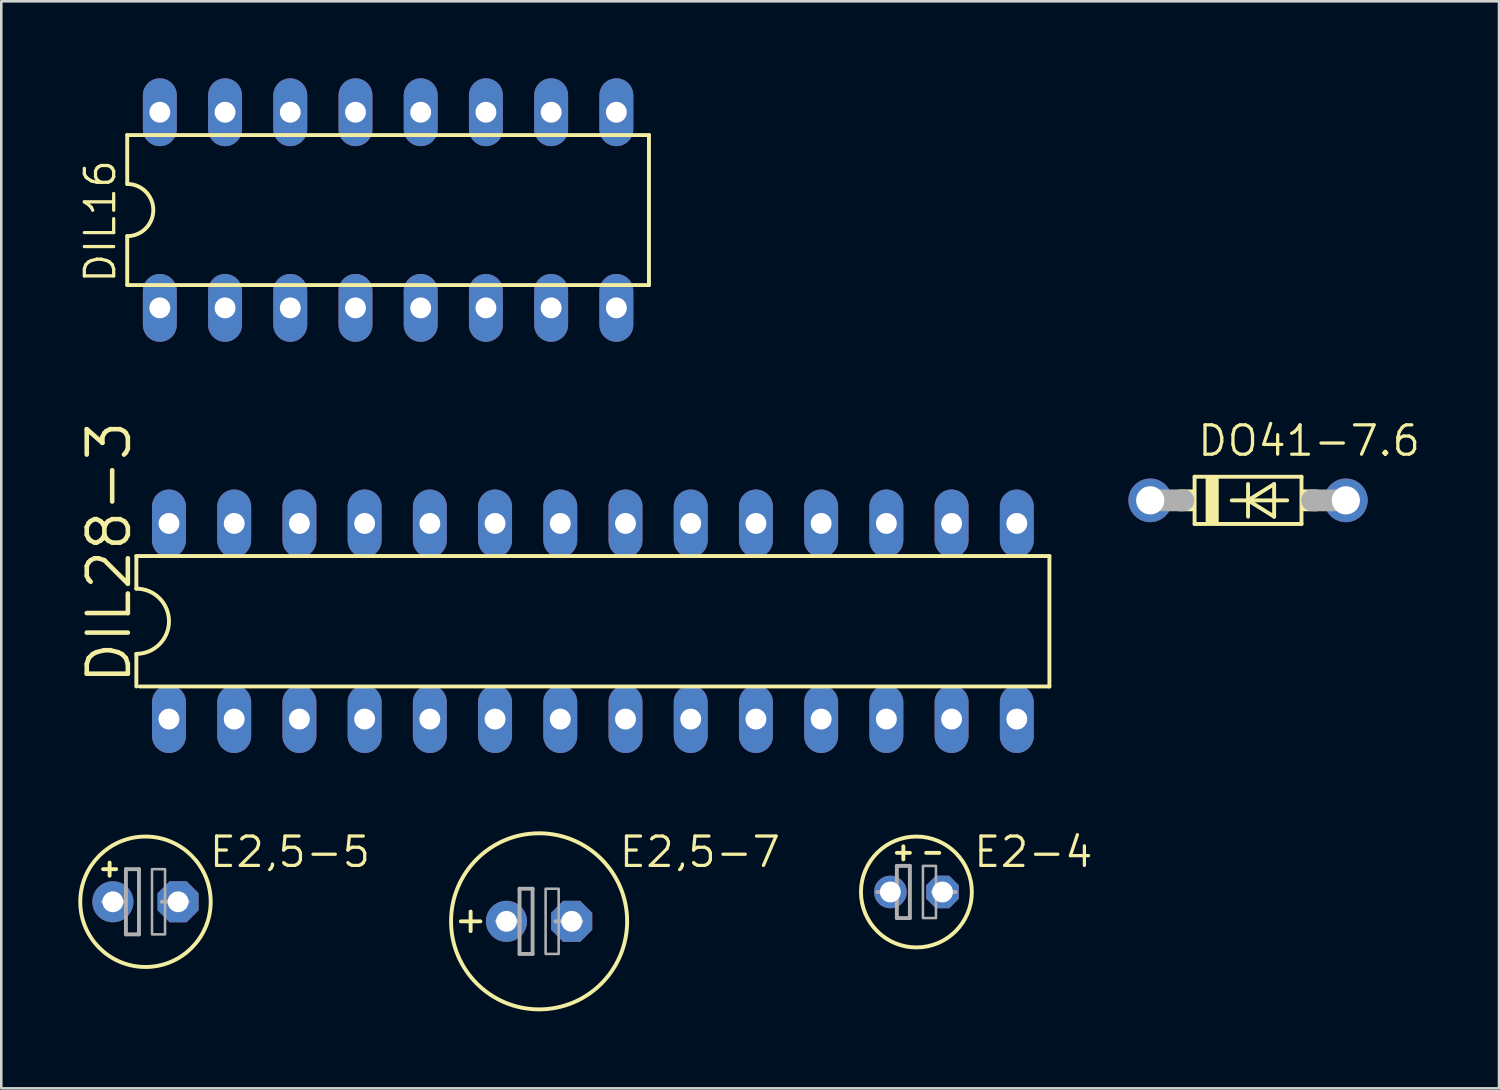
<source format=kicad_pcb>
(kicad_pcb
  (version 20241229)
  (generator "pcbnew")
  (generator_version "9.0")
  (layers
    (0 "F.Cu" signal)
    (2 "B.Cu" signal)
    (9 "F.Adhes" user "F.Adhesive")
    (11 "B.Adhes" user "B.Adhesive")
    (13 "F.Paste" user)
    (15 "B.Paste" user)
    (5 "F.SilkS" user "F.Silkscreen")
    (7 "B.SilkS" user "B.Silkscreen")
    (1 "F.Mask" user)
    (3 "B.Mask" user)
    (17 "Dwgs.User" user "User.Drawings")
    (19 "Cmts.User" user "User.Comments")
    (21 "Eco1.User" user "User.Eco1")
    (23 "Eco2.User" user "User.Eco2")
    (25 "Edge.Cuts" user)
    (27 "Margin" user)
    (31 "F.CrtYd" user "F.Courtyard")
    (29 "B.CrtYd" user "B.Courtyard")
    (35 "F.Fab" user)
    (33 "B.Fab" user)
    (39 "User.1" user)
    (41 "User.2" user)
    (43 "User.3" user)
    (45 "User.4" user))
  (footprint "DIL28-3"
    (layer "F.Cu")
    (at 20.041 21.146)
    (property "Reference" "DIL28-3" (at -17.907 2.54 90) (layer "F.SilkS") (effects (font (size 1.6 1.6) (thickness 0.178)) (justify left bottom)))
    (fp_line (start -17.78 -2.54) (end -17.78 -1.27) (stroke (width 0.152) (type solid)) (layer "F.SilkS"))
    (fp_line (start -17.78 -2.54) (end 17.78 -2.54) (stroke (width 0.152) (type solid)) (layer "F.SilkS"))
    (fp_line (start -17.78 1.27) (end -17.78 2.54) (stroke (width 0.152) (type solid)) (layer "F.SilkS"))
    (fp_line (start -17.653 2.54) (end 17.78 2.54) (stroke (width 0.152) (type solid)) (layer "F.SilkS"))
    (fp_line (start 17.78 2.54) (end 17.78 -2.54) (stroke (width 0.152) (type solid)) (layer "F.SilkS"))
    (fp_arc (start -17.78 -1.27) (mid -16.51 0) (end -17.78 1.27) (stroke (width 0.1524) (type solid)) (layer "F.SilkS"))
    (pad "1" thru_hole oval (at -16.51 3.81 90) (size 2.642 1.321) (drill 0.813) (layers "*.Cu" "*.Mask"))
    (pad "2" thru_hole oval (at -13.97 3.81 90) (size 2.642 1.321) (drill 0.813) (layers "*.Cu" "*.Mask"))
    (pad "3" thru_hole oval (at -11.43 3.81 90) (size 2.642 1.321) (drill 0.813) (layers "*.Cu" "*.Mask"))
    (pad "4" thru_hole oval (at -8.89 3.81 90) (size 2.642 1.321) (drill 0.813) (layers "*.Cu" "*.Mask"))
    (pad "5" thru_hole oval (at -6.35 3.81 90) (size 2.642 1.321) (drill 0.813) (layers "*.Cu" "*.Mask"))
    (pad "6" thru_hole oval (at -3.81 3.81 90) (size 2.642 1.321) (drill 0.813) (layers "*.Cu" "*.Mask"))
    (pad "7" thru_hole oval (at -1.27 3.81 90) (size 2.642 1.321) (drill 0.813) (layers "*.Cu" "*.Mask"))
    (pad "8" thru_hole oval (at 1.27 3.81 90) (size 2.642 1.321) (drill 0.813) (layers "*.Cu" "*.Mask"))
    (pad "9" thru_hole oval (at 3.81 3.81 90) (size 2.642 1.321) (drill 0.813) (layers "*.Cu" "*.Mask"))
    (pad "10" thru_hole oval (at 6.35 3.81 90) (size 2.642 1.321) (drill 0.813) (layers "*.Cu" "*.Mask"))
    (pad "11" thru_hole oval (at 8.89 3.81 90) (size 2.642 1.321) (drill 0.813) (layers "*.Cu" "*.Mask"))
    (pad "12" thru_hole oval (at 11.43 3.81 90) (size 2.642 1.321) (drill 0.813) (layers "*.Cu" "*.Mask"))
    (pad "13" thru_hole oval (at 13.97 3.81 90) (size 2.642 1.321) (drill 0.813) (layers "*.Cu" "*.Mask"))
    (pad "14" thru_hole oval (at 16.51 3.81 90) (size 2.642 1.321) (drill 0.813) (layers "*.Cu" "*.Mask"))
    (pad "15" thru_hole oval (at 16.51 -3.81 90) (size 2.642 1.321) (drill 0.813) (layers "*.Cu" "*.Mask"))
    (pad "16" thru_hole oval (at 13.97 -3.81 90) (size 2.642 1.321) (drill 0.813) (layers "*.Cu" "*.Mask"))
    (pad "17" thru_hole oval (at 11.43 -3.81 90) (size 2.642 1.321) (drill 0.813) (layers "*.Cu" "*.Mask"))
    (pad "18" thru_hole oval (at 8.89 -3.81 90) (size 2.642 1.321) (drill 0.813) (layers "*.Cu" "*.Mask"))
    (pad "19" thru_hole oval (at 6.35 -3.81 90) (size 2.642 1.321) (drill 0.813) (layers "*.Cu" "*.Mask"))
    (pad "20" thru_hole oval (at 3.81 -3.81 90) (size 2.642 1.321) (drill 0.813) (layers "*.Cu" "*.Mask"))
    (pad "21" thru_hole oval (at 1.27 -3.81 90) (size 2.642 1.321) (drill 0.813) (layers "*.Cu" "*.Mask"))
    (pad "22" thru_hole oval (at -1.27 -3.81 90) (size 2.642 1.321) (drill 0.813) (layers "*.Cu" "*.Mask"))
    (pad "23" thru_hole oval (at -3.81 -3.81 90) (size 2.642 1.321) (drill 0.813) (layers "*.Cu" "*.Mask"))
    (pad "24" thru_hole oval (at -6.35 -3.81 90) (size 2.642 1.321) (drill 0.813) (layers "*.Cu" "*.Mask"))
    (pad "25" thru_hole oval (at -8.89 -3.81 90) (size 2.642 1.321) (drill 0.813) (layers "*.Cu" "*.Mask"))
    (pad "26" thru_hole oval (at -11.43 -3.81 90) (size 2.642 1.321) (drill 0.813) (layers "*.Cu" "*.Mask"))
    (pad "27" thru_hole oval (at -13.97 -3.81 90) (size 2.642 1.321) (drill 0.813) (layers "*.Cu" "*.Mask"))
    (pad "28" thru_hole oval (at -16.51 -3.81 90) (size 2.642 1.321) (drill 0.813) (layers "*.Cu" "*.Mask")))
  (footprint "E2,5-7"
    (layer "F.Cu")
    (at 17.946 32.833)
    (property "Reference" "E2,5-7" (at 3.048 -2.032 0) (layer "F.SilkS") (effects (font (size 1.143 1.143) (thickness 0.127)) (justify left bottom)))
    (fp_line (start -3.048 0) (end -2.286 0) (stroke (width 0.152) (type solid)) (layer "F.SilkS"))
    (fp_line (start -2.667 0.381) (end -2.667 -0.381) (stroke (width 0.152) (type solid)) (layer "F.SilkS"))
    (fp_circle (center 0 0) (end 3.429 0) (stroke (width 0.152) (type solid)) (fill no) (layer "F.SilkS"))
    (fp_line (start -1.651 0) (end -0.762 0) (stroke (width 0.152) (type solid)) (layer "F.Fab"))
    (fp_line (start -0.762 -1.27) (end -0.762 0) (stroke (width 0.152) (type solid)) (layer "F.Fab"))
    (fp_line (start -0.762 0) (end -0.762 1.27) (stroke (width 0.152) (type solid)) (layer "F.Fab"))
    (fp_line (start -0.762 1.27) (end -0.254 1.27) (stroke (width 0.152) (type solid)) (layer "F.Fab"))
    (fp_line (start -0.254 -1.27) (end -0.762 -1.27) (stroke (width 0.152) (type solid)) (layer "F.Fab"))
    (fp_line (start -0.254 1.27) (end -0.254 -1.27) (stroke (width 0.152) (type solid)) (layer "F.Fab"))
    (fp_line (start 0.635 0) (end 1.651 0) (stroke (width 0.152) (type solid)) (layer "F.Fab"))
    (fp_poly (pts (xy 0.254 1.27) (xy 0.762 1.27) (xy 0.762 -1.27) (xy 0.254 -1.27)) (stroke (width 0.1) (type solid)) (fill no) (layer "F.Fab"))
    (pad "+" thru_hole circle (at -1.27 0) (size 1.6 1.6) (drill 0.813) (layers "*.Cu" "*.Mask"))
    (pad "-" thru_hole roundrect (at 1.27 0) (size 1.6 1.6) (drill 0.813) (layers "*.Cu" "*.Mask") (roundrect_rratio 0.25) (chamfer_ratio 0.293) (chamfer top_left top_right bottom_left bottom_right)))
  (footprint "E2-4"
    (layer "F.Cu")
    (at 32.641 31.69)
    (property "Reference" "E2-4" (at 2.159 -0.889 0) (layer "F.SilkS") (effects (font (size 1.143 1.143) (thickness 0.127)) (justify left bottom)))
    (fp_line (start -0.762 -1.524) (end -0.254 -1.524) (stroke (width 0.152) (type solid)) (layer "F.SilkS"))
    (fp_line (start -0.508 -1.27) (end -0.508 -1.778) (stroke (width 0.152) (type solid)) (layer "F.SilkS"))
    (fp_line (start 0.381 -1.524) (end 0.889 -1.524) (stroke (width 0.152) (type solid)) (layer "F.SilkS"))
    (fp_circle (center 0 0) (end 2.159 0) (stroke (width 0.152) (type solid)) (fill no) (layer "F.SilkS"))
    (fp_line (start -1.524 0) (end -0.762 0) (stroke (width 0.152) (type solid)) (layer "F.Fab"))
    (fp_line (start -0.762 -1.016) (end -0.762 0) (stroke (width 0.152) (type solid)) (layer "F.Fab"))
    (fp_line (start -0.762 0) (end -0.762 1.016) (stroke (width 0.152) (type solid)) (layer "F.Fab"))
    (fp_line (start -0.762 1.016) (end -0.254 1.016) (stroke (width 0.152) (type solid)) (layer "F.Fab"))
    (fp_line (start -0.254 -1.016) (end -0.762 -1.016) (stroke (width 0.152) (type solid)) (layer "F.Fab"))
    (fp_line (start -0.254 1.016) (end -0.254 -1.016) (stroke (width 0.152) (type solid)) (layer "F.Fab"))
    (fp_line (start 0.635 0) (end 1.524 0) (stroke (width 0.152) (type solid)) (layer "F.Fab"))
    (fp_poly (pts (xy 0.254 1.016) (xy 0.762 1.016) (xy 0.762 -1.016) (xy 0.254 -1.016)) (stroke (width 0.1) (type solid)) (fill no) (layer "F.Fab"))
    (pad "+" thru_hole circle (at -1.016 0) (size 1.27 1.27) (drill 0.813) (layers "*.Cu" "*.Mask"))
    (pad "-" thru_hole roundrect (at 1.016 0) (size 1.27 1.27) (drill 0.813) (layers "*.Cu" "*.Mask") (roundrect_rratio 0.25) (chamfer_ratio 0.293) (chamfer top_left top_right bottom_left bottom_right)))
  (footprint "DIL16"
    (layer "F.Cu")
    (at 12.065 5.131)
    (property "Reference" "DIL16" (at -10.541 2.921 90) (layer "F.SilkS") (effects (font (size 1.143 1.143) (thickness 0.127)) (justify left bottom)))
    (fp_line (start -10.16 -2.921) (end -10.16 -1.016) (stroke (width 0.152) (type solid)) (layer "F.SilkS"))
    (fp_line (start -10.16 2.921) (end -10.16 1.016) (stroke (width 0.152) (type solid)) (layer "F.SilkS"))
    (fp_line (start -10.16 2.921) (end 10.16 2.921) (stroke (width 0.152) (type solid)) (layer "F.SilkS"))
    (fp_line (start 10.16 -2.921) (end -10.16 -2.921) (stroke (width 0.152) (type solid)) (layer "F.SilkS"))
    (fp_line (start 10.16 -2.921) (end 10.16 2.921) (stroke (width 0.152) (type solid)) (layer "F.SilkS"))
    (fp_arc (start -10.16 -1.016) (mid -9.144 0) (end -10.16 1.016) (stroke (width 0.1524) (type solid)) (layer "F.SilkS"))
    (pad "1" thru_hole oval (at -8.89 3.81 90) (size 2.642 1.321) (drill 0.813) (layers "*.Cu" "*.Mask"))
    (pad "2" thru_hole oval (at -6.35 3.81 90) (size 2.642 1.321) (drill 0.813) (layers "*.Cu" "*.Mask"))
    (pad "3" thru_hole oval (at -3.81 3.81 90) (size 2.642 1.321) (drill 0.813) (layers "*.Cu" "*.Mask"))
    (pad "4" thru_hole oval (at -1.27 3.81 90) (size 2.642 1.321) (drill 0.813) (layers "*.Cu" "*.Mask"))
    (pad "5" thru_hole oval (at 1.27 3.81 90) (size 2.642 1.321) (drill 0.813) (layers "*.Cu" "*.Mask"))
    (pad "6" thru_hole oval (at 3.81 3.81 90) (size 2.642 1.321) (drill 0.813) (layers "*.Cu" "*.Mask"))
    (pad "7" thru_hole oval (at 6.35 3.81 90) (size 2.642 1.321) (drill 0.813) (layers "*.Cu" "*.Mask"))
    (pad "8" thru_hole oval (at 8.89 3.81 90) (size 2.642 1.321) (drill 0.813) (layers "*.Cu" "*.Mask"))
    (pad "9" thru_hole oval (at 8.89 -3.81 90) (size 2.642 1.321) (drill 0.813) (layers "*.Cu" "*.Mask"))
    (pad "10" thru_hole oval (at 6.35 -3.81 90) (size 2.642 1.321) (drill 0.813) (layers "*.Cu" "*.Mask"))
    (pad "11" thru_hole oval (at 3.81 -3.81 90) (size 2.642 1.321) (drill 0.813) (layers "*.Cu" "*.Mask"))
    (pad "12" thru_hole oval (at 1.27 -3.81 90) (size 2.642 1.321) (drill 0.813) (layers "*.Cu" "*.Mask"))
    (pad "13" thru_hole oval (at -1.27 -3.81 90) (size 2.642 1.321) (drill 0.813) (layers "*.Cu" "*.Mask"))
    (pad "14" thru_hole oval (at -3.81 -3.81 90) (size 2.642 1.321) (drill 0.813) (layers "*.Cu" "*.Mask"))
    (pad "15" thru_hole oval (at -6.35 -3.81 90) (size 2.642 1.321) (drill 0.813) (layers "*.Cu" "*.Mask"))
    (pad "16" thru_hole oval (at -8.89 -3.81 90) (size 2.642 1.321) (drill 0.813) (layers "*.Cu" "*.Mask")))
  (footprint "DO41-7.6"
    (layer "F.Cu")
    (at 45.557 16.437)
    (property "Reference" "DO41-7.6" (at -2.032 -1.651 0) (layer "F.SilkS") (effects (font (size 1.143 1.143) (thickness 0.127)) (justify left bottom)))
    (fp_line (start -2.082 -0.92) (end -2.082 0.92) (stroke (width 0.152) (type solid)) (layer "F.SilkS"))
    (fp_line (start -2.082 -0.92) (end 2.082 -0.92) (stroke (width 0.152) (type solid)) (layer "F.SilkS"))
    (fp_line (start -0.635 0) (end 0 0) (stroke (width 0.152) (type solid)) (layer "F.SilkS"))
    (fp_line (start 0 -0.635) (end 0 0) (stroke (width 0.152) (type solid)) (layer "F.SilkS"))
    (fp_line (start 0 0) (end 0 0.635) (stroke (width 0.152) (type solid)) (layer "F.SilkS"))
    (fp_line (start 0 0) (end 1.016 -0.635) (stroke (width 0.152) (type solid)) (layer "F.SilkS"))
    (fp_line (start 0 0) (end 1.524 0) (stroke (width 0.152) (type solid)) (layer "F.SilkS"))
    (fp_line (start 1.016 -0.635) (end 1.016 0.635) (stroke (width 0.152) (type solid)) (layer "F.SilkS"))
    (fp_line (start 1.016 0.635) (end 0 0) (stroke (width 0.152) (type solid)) (layer "F.SilkS"))
    (fp_line (start 2.082 0.92) (end -2.082 0.92) (stroke (width 0.152) (type solid)) (layer "F.SilkS"))
    (fp_line (start 2.082 0.92) (end 2.082 -0.92) (stroke (width 0.152) (type solid)) (layer "F.SilkS"))
    (fp_poly (pts (xy -2.717 0.425) (xy -2.082 0.425) (xy -2.082 -0.425) (xy -2.717 -0.425)) (stroke (width 0) (type solid)) (fill yes) (layer "F.SilkS"))
    (fp_poly (pts (xy -1.651 0.95) (xy -1.143 0.95) (xy -1.143 -0.92) (xy -1.651 -0.92)) (stroke (width 0) (type solid)) (fill yes) (layer "F.SilkS"))
    (fp_poly (pts (xy 2.082 0.425) (xy 2.717 0.425) (xy 2.717 -0.425) (xy 2.082 -0.425)) (stroke (width 0) (type solid)) (fill yes) (layer "F.SilkS"))
    (fp_line (start -3.81 0) (end -2.519 0) (stroke (width 0.85) (type solid)) (layer "F.Fab"))
    (fp_line (start 3.81 0) (end 2.494 0) (stroke (width 0.85) (type solid)) (layer "F.Fab"))
    (pad "A" thru_hole circle (at 3.81 0) (size 1.7 1.7) (drill 1.1) (layers "*.Cu" "*.Mask"))
    (pad "C" thru_hole circle (at -3.81 0) (size 1.7 1.7) (drill 1.1) (layers "*.Cu" "*.Mask")))
  (footprint "E2,5-5"
    (layer "F.Cu")
    (at 2.616 32.071)
    (property "Reference" "E2,5-5" (at 2.413 -1.27 0) (layer "F.SilkS") (effects (font (size 1.143 1.143) (thickness 0.127)) (justify left bottom)))
    (fp_line (start -1.651 -1.27) (end -1.397 -1.27) (stroke (width 0.152) (type solid)) (layer "F.SilkS"))
    (fp_line (start -1.397 -1.27) (end -1.397 -1.524) (stroke (width 0.152) (type solid)) (layer "F.SilkS"))
    (fp_line (start -1.397 -1.27) (end -1.143 -1.27) (stroke (width 0.152) (type solid)) (layer "F.SilkS"))
    (fp_line (start -1.397 -1.016) (end -1.397 -1.27) (stroke (width 0.152) (type solid)) (layer "F.SilkS"))
    (fp_circle (center 0 0) (end 2.54 0) (stroke (width 0.152) (type solid)) (fill no) (layer "F.SilkS"))
    (fp_line (start -1.651 0) (end -0.762 0) (stroke (width 0.152) (type solid)) (layer "F.Fab"))
    (fp_line (start -0.762 -1.27) (end -0.762 0) (stroke (width 0.152) (type solid)) (layer "F.Fab"))
    (fp_line (start -0.762 0) (end -0.762 1.27) (stroke (width 0.152) (type solid)) (layer "F.Fab"))
    (fp_line (start -0.762 1.27) (end -0.254 1.27) (stroke (width 0.152) (type solid)) (layer "F.Fab"))
    (fp_line (start -0.254 -1.27) (end -0.762 -1.27) (stroke (width 0.152) (type solid)) (layer "F.Fab"))
    (fp_line (start -0.254 1.27) (end -0.254 -1.27) (stroke (width 0.152) (type solid)) (layer "F.Fab"))
    (fp_line (start 0.635 0) (end 1.651 0) (stroke (width 0.152) (type solid)) (layer "F.Fab"))
    (fp_poly (pts (xy 0.254 1.27) (xy 0.762 1.27) (xy 0.762 -1.27) (xy 0.254 -1.27)) (stroke (width 0.1) (type solid)) (fill no) (layer "F.Fab"))
    (pad "+" thru_hole circle (at -1.27 0) (size 1.6 1.6) (drill 0.813) (layers "*.Cu" "*.Mask"))
    (pad "-" thru_hole roundrect (at 1.27 0) (size 1.6 1.6) (drill 0.813) (layers "*.Cu" "*.Mask") (roundrect_rratio 0.25) (chamfer_ratio 0.293) (chamfer top_left top_right bottom_left bottom_right)))
  (gr_rect
    (start -3 -3)
    (end 55.331 39.338)
    (stroke (width 0.1) (type default))
    (fill no)
    (layer "Edge.Cuts")))
</source>
